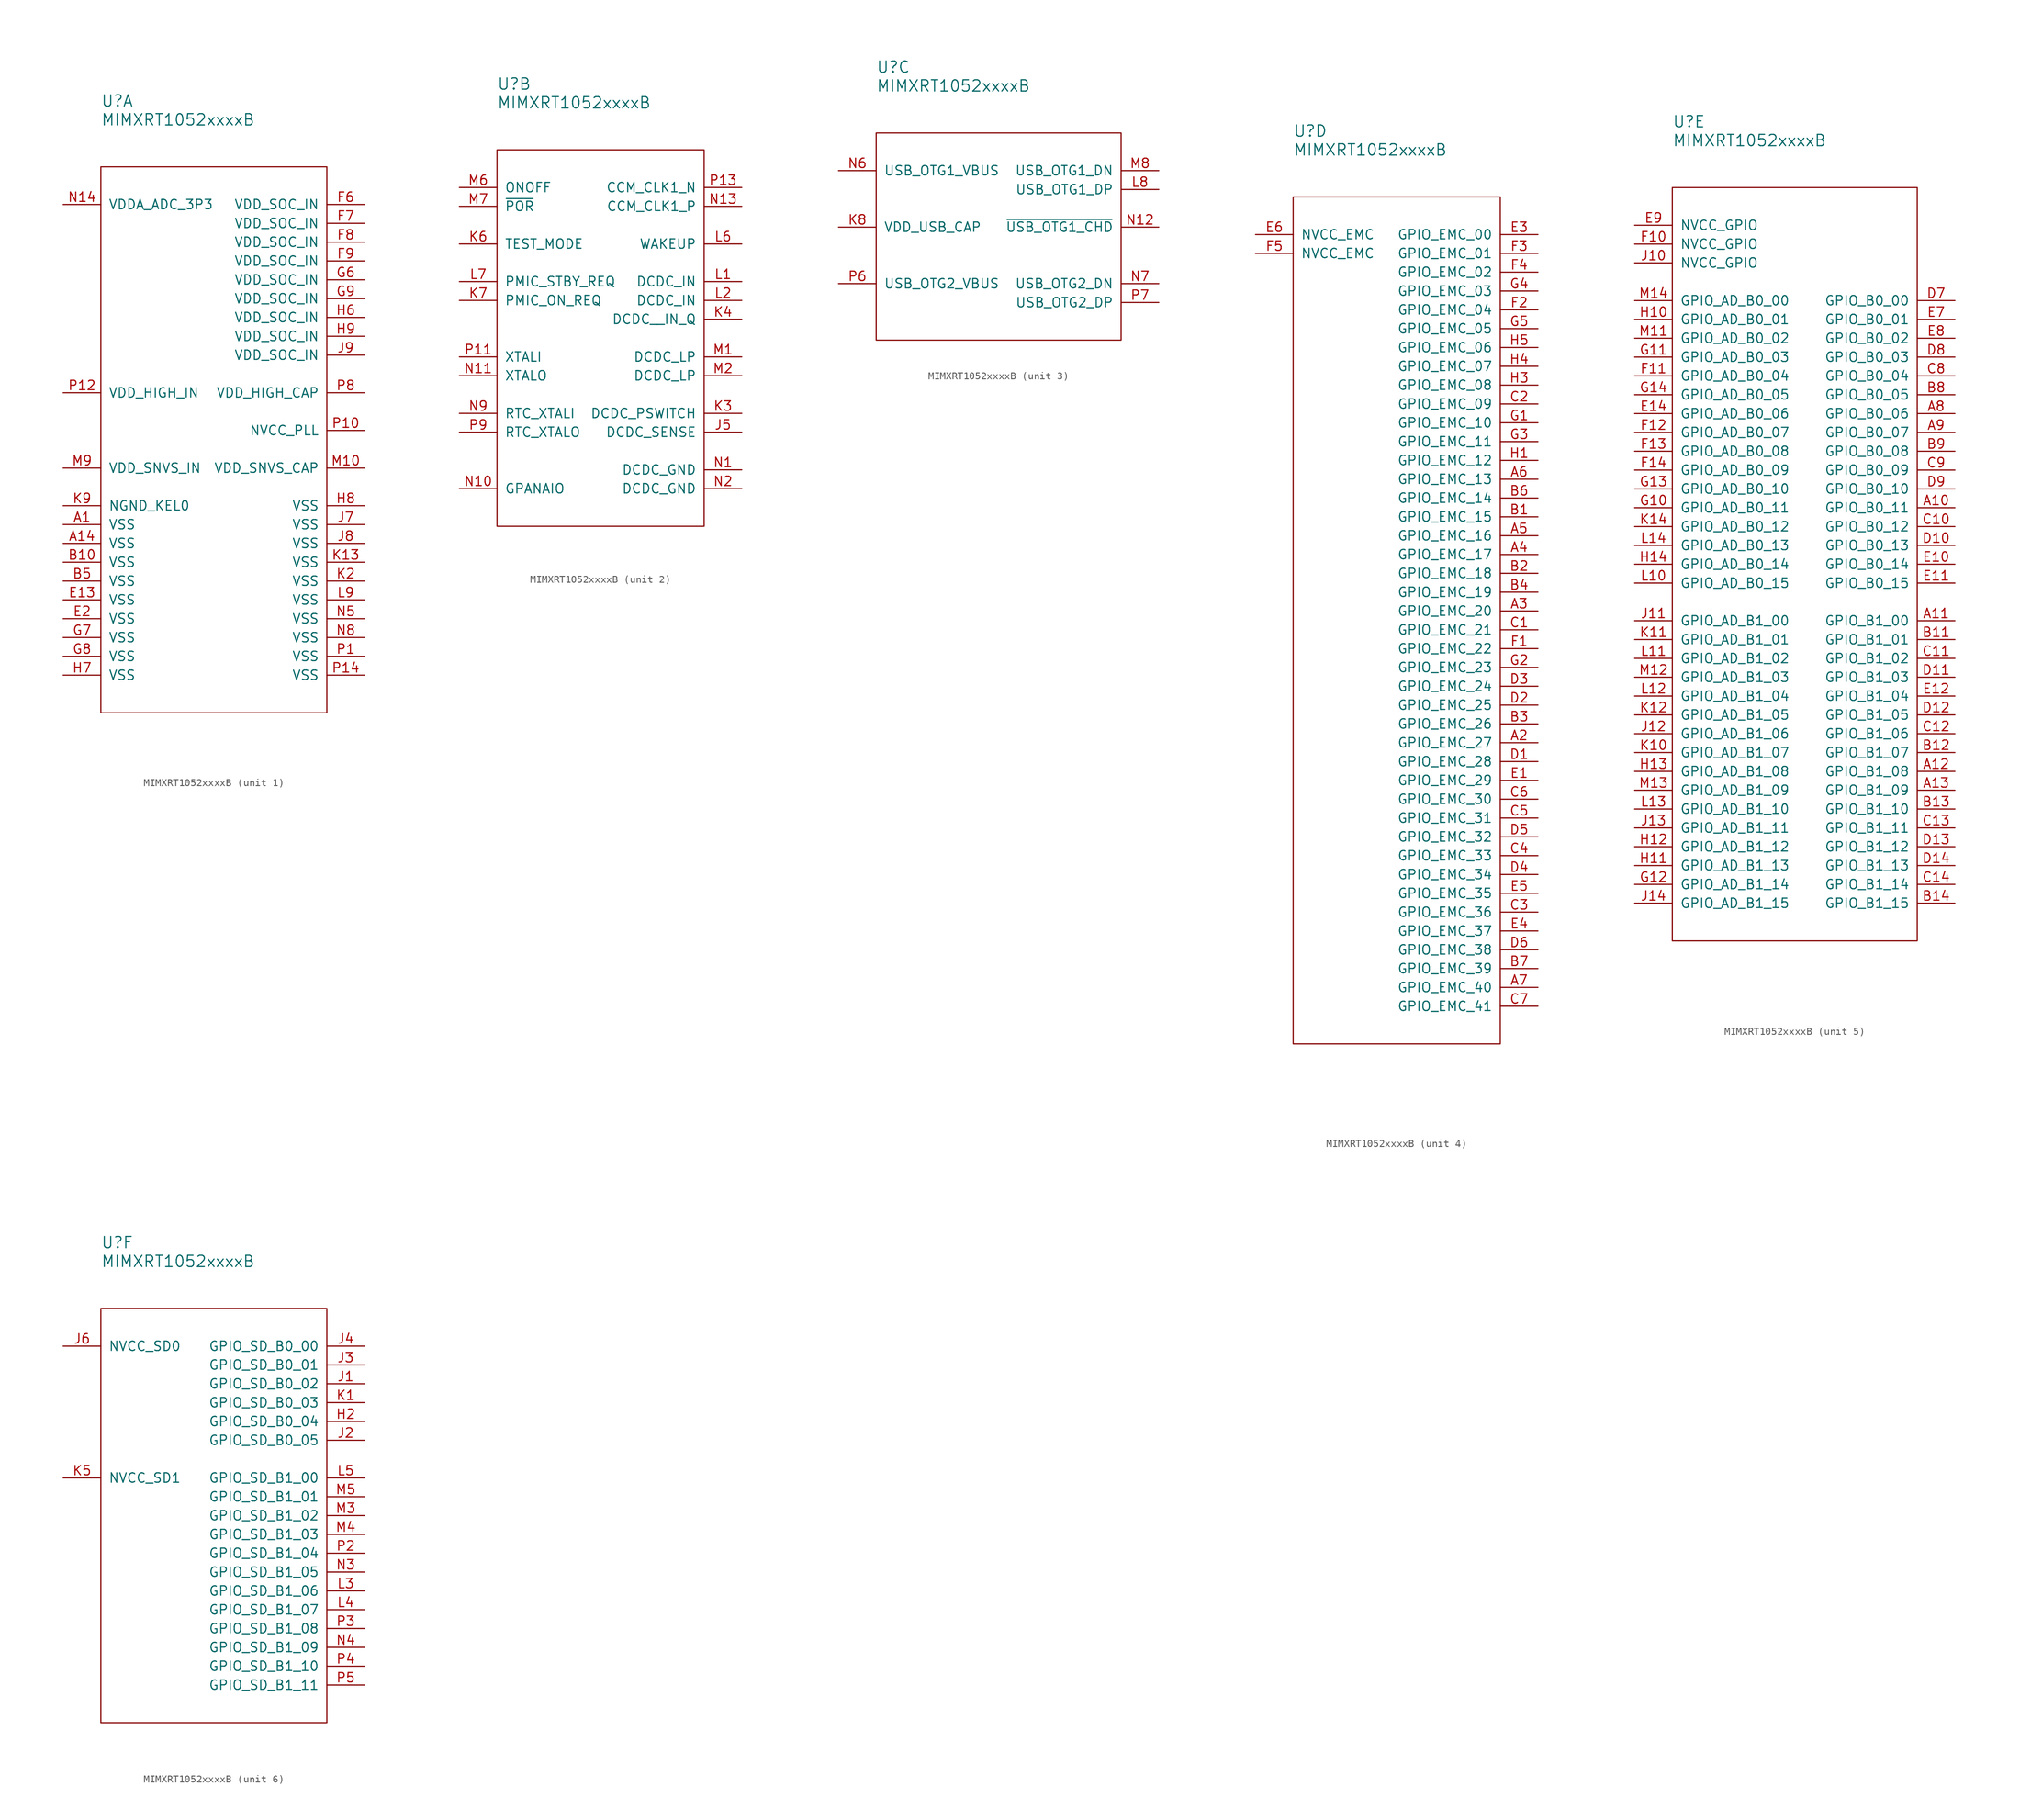
<source format=kicad_sym>
(kicad_symbol_lib
  (version 20211014)
  (generator kicad_symbol_editor)
  (symbol "MIMXRT1052xxxxB"
    (pin_names
      (offset 1.016))
    (property "Reference" "U"
      (at 0 8.89 0)
      (effects (font (size 1.524 1.524)) (justify left)))
    (property "Value" "MIMXRT1052xxxxB"
      (at 0 6.35 0)
      (effects (font (size 1.524 1.524)) (justify left)))
    (property "ki_locked" ""
      (at 0 0 0)
      (effects (font (size 1.27 1.27))))
    (symbol "MIMXRT1052xxxxB_1_1"
      (rectangle (start 0 0) (end 30.48 -73.66) (stroke (width 0.152) (type default) (color 0 0 0 0)) (fill (type none)))
      (pin passive line (at -5.08 -48.26 0) (length 5.08) (name "VSS" (effects (font (size 1.27 1.27)))) (number "A1" (effects (font (size 1.27 1.27)))))
      (pin passive line (at -5.08 -50.8 0) (length 5.08) (name "VSS" (effects (font (size 1.27 1.27)))) (number "A14" (effects (font (size 1.27 1.27)))))
      (pin passive line (at -5.08 -53.34 0) (length 5.08) (name "VSS" (effects (font (size 1.27 1.27)))) (number "B10" (effects (font (size 1.27 1.27)))))
      (pin passive line (at -5.08 -55.88 0) (length 5.08) (name "VSS" (effects (font (size 1.27 1.27)))) (number "B5" (effects (font (size 1.27 1.27)))))
      (pin passive line (at -5.08 -58.42 0) (length 5.08) (name "VSS" (effects (font (size 1.27 1.27)))) (number "E13" (effects (font (size 1.27 1.27)))))
      (pin passive line (at -5.08 -60.96 0) (length 5.08) (name "VSS" (effects (font (size 1.27 1.27)))) (number "E2" (effects (font (size 1.27 1.27)))))
      (pin passive line (at 35.56 -5.08 180) (length 5.08) (name "VDD_SOC_IN" (effects (font (size 1.27 1.27)))) (number "F6" (effects (font (size 1.27 1.27)))))
      (pin passive line (at 35.56 -7.62 180) (length 5.08) (name "VDD_SOC_IN" (effects (font (size 1.27 1.27)))) (number "F7" (effects (font (size 1.27 1.27)))))
      (pin passive line (at 35.56 -10.16 180) (length 5.08) (name "VDD_SOC_IN" (effects (font (size 1.27 1.27)))) (number "F8" (effects (font (size 1.27 1.27)))))
      (pin passive line (at 35.56 -12.7 180) (length 5.08) (name "VDD_SOC_IN" (effects (font (size 1.27 1.27)))) (number "F9" (effects (font (size 1.27 1.27)))))
      (pin passive line (at 35.56 -15.24 180) (length 5.08) (name "VDD_SOC_IN" (effects (font (size 1.27 1.27)))) (number "G6" (effects (font (size 1.27 1.27)))))
      (pin passive line (at -5.08 -63.5 0) (length 5.08) (name "VSS" (effects (font (size 1.27 1.27)))) (number "G7" (effects (font (size 1.27 1.27)))))
      (pin passive line (at -5.08 -66.04 0) (length 5.08) (name "VSS" (effects (font (size 1.27 1.27)))) (number "G8" (effects (font (size 1.27 1.27)))))
      (pin passive line (at 35.56 -17.78 180) (length 5.08) (name "VDD_SOC_IN" (effects (font (size 1.27 1.27)))) (number "G9" (effects (font (size 1.27 1.27)))))
      (pin passive line (at 35.56 -20.32 180) (length 5.08) (name "VDD_SOC_IN" (effects (font (size 1.27 1.27)))) (number "H6" (effects (font (size 1.27 1.27)))))
      (pin passive line (at -5.08 -68.58 0) (length 5.08) (name "VSS" (effects (font (size 1.27 1.27)))) (number "H7" (effects (font (size 1.27 1.27)))))
      (pin passive line (at 35.56 -45.72 180) (length 5.08) (name "VSS" (effects (font (size 1.27 1.27)))) (number "H8" (effects (font (size 1.27 1.27)))))
      (pin passive line (at 35.56 -22.86 180) (length 5.08) (name "VDD_SOC_IN" (effects (font (size 1.27 1.27)))) (number "H9" (effects (font (size 1.27 1.27)))))
      (pin passive line (at 35.56 -48.26 180) (length 5.08) (name "VSS" (effects (font (size 1.27 1.27)))) (number "J7" (effects (font (size 1.27 1.27)))))
      (pin passive line (at 35.56 -50.8 180) (length 5.08) (name "VSS" (effects (font (size 1.27 1.27)))) (number "J8" (effects (font (size 1.27 1.27)))))
      (pin passive line (at 35.56 -25.4 180) (length 5.08) (name "VDD_SOC_IN" (effects (font (size 1.27 1.27)))) (number "J9" (effects (font (size 1.27 1.27)))))
      (pin passive line (at 35.56 -53.34 180) (length 5.08) (name "VSS" (effects (font (size 1.27 1.27)))) (number "K13" (effects (font (size 1.27 1.27)))))
      (pin passive line (at 35.56 -55.88 180) (length 5.08) (name "VSS" (effects (font (size 1.27 1.27)))) (number "K2" (effects (font (size 1.27 1.27)))))
      (pin passive line (at -5.08 -45.72 0) (length 5.08) (name "NGND_KEL0" (effects (font (size 1.27 1.27)))) (number "K9" (effects (font (size 1.27 1.27)))))
      (pin passive line (at 35.56 -58.42 180) (length 5.08) (name "VSS" (effects (font (size 1.27 1.27)))) (number "L9" (effects (font (size 1.27 1.27)))))
      (pin passive line (at 35.56 -40.64 180) (length 5.08) (name "VDD_SNVS_CAP" (effects (font (size 1.27 1.27)))) (number "M10" (effects (font (size 1.27 1.27)))))
      (pin passive line (at -5.08 -40.64 0) (length 5.08) (name "VDD_SNVS_IN" (effects (font (size 1.27 1.27)))) (number "M9" (effects (font (size 1.27 1.27)))))
      (pin passive line (at -5.08 -5.08 0) (length 5.08) (name "VDDA_ADC_3P3" (effects (font (size 1.27 1.27)))) (number "N14" (effects (font (size 1.27 1.27)))))
      (pin passive line (at 35.56 -60.96 180) (length 5.08) (name "VSS" (effects (font (size 1.27 1.27)))) (number "N5" (effects (font (size 1.27 1.27)))))
      (pin passive line (at 35.56 -63.5 180) (length 5.08) (name "VSS" (effects (font (size 1.27 1.27)))) (number "N8" (effects (font (size 1.27 1.27)))))
      (pin passive line (at 35.56 -66.04 180) (length 5.08) (name "VSS" (effects (font (size 1.27 1.27)))) (number "P1" (effects (font (size 1.27 1.27)))))
      (pin passive line (at 35.56 -35.56 180) (length 5.08) (name "NVCC_PLL" (effects (font (size 1.27 1.27)))) (number "P10" (effects (font (size 1.27 1.27)))))
      (pin passive line (at -5.08 -30.48 0) (length 5.08) (name "VDD_HIGH_IN" (effects (font (size 1.27 1.27)))) (number "P12" (effects (font (size 1.27 1.27)))))
      (pin passive line (at 35.56 -68.58 180) (length 5.08) (name "VSS" (effects (font (size 1.27 1.27)))) (number "P14" (effects (font (size 1.27 1.27)))))
      (pin passive line (at 35.56 -30.48 180) (length 5.08) (name "VDD_HIGH_CAP" (effects (font (size 1.27 1.27)))) (number "P8" (effects (font (size 1.27 1.27))))))
    (symbol "MIMXRT1052xxxxB_2_1"
      (rectangle (start 0 0) (end 27.94 -50.8) (stroke (width 0.152) (type default) (color 0 0 0 0)) (fill (type none)))
      (pin passive line (at 33.02 -38.1 180) (length 5.08) (name "DCDC_SENSE" (effects (font (size 1.27 1.27)))) (number "J5" (effects (font (size 1.27 1.27)))))
      (pin passive line (at 33.02 -35.56 180) (length 5.08) (name "DCDC_PSWITCH" (effects (font (size 1.27 1.27)))) (number "K3" (effects (font (size 1.27 1.27)))))
      (pin passive line (at 33.02 -22.86 180) (length 5.08) (name "DCDC__IN_Q" (effects (font (size 1.27 1.27)))) (number "K4" (effects (font (size 1.27 1.27)))))
      (pin passive line (at -5.08 -12.7 0) (length 5.08) (name "TEST_MODE" (effects (font (size 1.27 1.27)))) (number "K6" (effects (font (size 1.27 1.27)))))
      (pin passive line (at -5.08 -20.32 0) (length 5.08) (name "PMIC_ON_REQ" (effects (font (size 1.27 1.27)))) (number "K7" (effects (font (size 1.27 1.27)))))
      (pin passive line (at 33.02 -17.78 180) (length 5.08) (name "DCDC_IN" (effects (font (size 1.27 1.27)))) (number "L1" (effects (font (size 1.27 1.27)))))
      (pin passive line (at 33.02 -20.32 180) (length 5.08) (name "DCDC_IN" (effects (font (size 1.27 1.27)))) (number "L2" (effects (font (size 1.27 1.27)))))
      (pin passive line (at 33.02 -12.7 180) (length 5.08) (name "WAKEUP" (effects (font (size 1.27 1.27)))) (number "L6" (effects (font (size 1.27 1.27)))))
      (pin passive line (at -5.08 -17.78 0) (length 5.08) (name "PMIC_STBY_REQ" (effects (font (size 1.27 1.27)))) (number "L7" (effects (font (size 1.27 1.27)))))
      (pin passive line (at 33.02 -27.94 180) (length 5.08) (name "DCDC_LP" (effects (font (size 1.27 1.27)))) (number "M1" (effects (font (size 1.27 1.27)))))
      (pin passive line (at 33.02 -30.48 180) (length 5.08) (name "DCDC_LP" (effects (font (size 1.27 1.27)))) (number "M2" (effects (font (size 1.27 1.27)))))
      (pin passive line (at -5.08 -5.08 0) (length 5.08) (name "ONOFF" (effects (font (size 1.27 1.27)))) (number "M6" (effects (font (size 1.27 1.27)))))
      (pin passive line (at -5.08 -7.62 0) (length 5.08) (name "~{POR}" (effects (font (size 1.27 1.27)))) (number "M7" (effects (font (size 1.27 1.27)))))
      (pin passive line (at 33.02 -43.18 180) (length 5.08) (name "DCDC_GND" (effects (font (size 1.27 1.27)))) (number "N1" (effects (font (size 1.27 1.27)))))
      (pin passive line (at -5.08 -45.72 0) (length 5.08) (name "GPANAIO" (effects (font (size 1.27 1.27)))) (number "N10" (effects (font (size 1.27 1.27)))))
      (pin passive line (at -5.08 -30.48 0) (length 5.08) (name "XTALO" (effects (font (size 1.27 1.27)))) (number "N11" (effects (font (size 1.27 1.27)))))
      (pin passive line (at 33.02 -7.62 180) (length 5.08) (name "CCM_CLK1_P" (effects (font (size 1.27 1.27)))) (number "N13" (effects (font (size 1.27 1.27)))))
      (pin passive line (at 33.02 -45.72 180) (length 5.08) (name "DCDC_GND" (effects (font (size 1.27 1.27)))) (number "N2" (effects (font (size 1.27 1.27)))))
      (pin passive line (at -5.08 -35.56 0) (length 5.08) (name "RTC_XTALI" (effects (font (size 1.27 1.27)))) (number "N9" (effects (font (size 1.27 1.27)))))
      (pin passive line (at -5.08 -27.94 0) (length 5.08) (name "XTALI" (effects (font (size 1.27 1.27)))) (number "P11" (effects (font (size 1.27 1.27)))))
      (pin passive line (at 33.02 -5.08 180) (length 5.08) (name "CCM_CLK1_N" (effects (font (size 1.27 1.27)))) (number "P13" (effects (font (size 1.27 1.27)))))
      (pin passive line (at -5.08 -38.1 0) (length 5.08) (name "RTC_XTALO" (effects (font (size 1.27 1.27)))) (number "P9" (effects (font (size 1.27 1.27))))))
    (symbol "MIMXRT1052xxxxB_3_1"
      (rectangle (start 0 0) (end 33.02 -27.94) (stroke (width 0.152) (type default) (color 0 0 0 0)) (fill (type none)))
      (pin passive line (at -5.08 -12.7 0) (length 5.08) (name "VDD_USB_CAP" (effects (font (size 1.27 1.27)))) (number "K8" (effects (font (size 1.27 1.27)))))
      (pin passive line (at 38.1 -7.62 180) (length 5.08) (name "USB_OTG1_DP" (effects (font (size 1.27 1.27)))) (number "L8" (effects (font (size 1.27 1.27)))))
      (pin passive line (at 38.1 -5.08 180) (length 5.08) (name "USB_OTG1_DN" (effects (font (size 1.27 1.27)))) (number "M8" (effects (font (size 1.27 1.27)))))
      (pin passive line (at 38.1 -12.7 180) (length 5.08) (name "~{USB_OTG1_CHD}" (effects (font (size 1.27 1.27)))) (number "N12" (effects (font (size 1.27 1.27)))))
      (pin passive line (at -5.08 -5.08 0) (length 5.08) (name "USB_OTG1_VBUS" (effects (font (size 1.27 1.27)))) (number "N6" (effects (font (size 1.27 1.27)))))
      (pin passive line (at 38.1 -20.32 180) (length 5.08) (name "USB_OTG2_DN" (effects (font (size 1.27 1.27)))) (number "N7" (effects (font (size 1.27 1.27)))))
      (pin passive line (at -5.08 -20.32 0) (length 5.08) (name "USB_OTG2_VBUS" (effects (font (size 1.27 1.27)))) (number "P6" (effects (font (size 1.27 1.27)))))
      (pin passive line (at 38.1 -22.86 180) (length 5.08) (name "USB_OTG2_DP" (effects (font (size 1.27 1.27)))) (number "P7" (effects (font (size 1.27 1.27))))))
    (symbol "MIMXRT1052xxxxB_4_1"
      (rectangle (start 0 0) (end 27.94 -114.3) (stroke (width 0.152) (type default) (color 0 0 0 0)) (fill (type none)))
      (pin passive line (at 33.02 -73.66 180) (length 5.08) (name "GPIO_EMC_27" (effects (font (size 1.27 1.27)))) (number "A2" (effects (font (size 1.27 1.27)))))
      (pin passive line (at 33.02 -55.88 180) (length 5.08) (name "GPIO_EMC_20" (effects (font (size 1.27 1.27)))) (number "A3" (effects (font (size 1.27 1.27)))))
      (pin passive line (at 33.02 -48.26 180) (length 5.08) (name "GPIO_EMC_17" (effects (font (size 1.27 1.27)))) (number "A4" (effects (font (size 1.27 1.27)))))
      (pin passive line (at 33.02 -45.72 180) (length 5.08) (name "GPIO_EMC_16" (effects (font (size 1.27 1.27)))) (number "A5" (effects (font (size 1.27 1.27)))))
      (pin passive line (at 33.02 -38.1 180) (length 5.08) (name "GPIO_EMC_13" (effects (font (size 1.27 1.27)))) (number "A6" (effects (font (size 1.27 1.27)))))
      (pin passive line (at 33.02 -106.68 180) (length 5.08) (name "GPIO_EMC_40" (effects (font (size 1.27 1.27)))) (number "A7" (effects (font (size 1.27 1.27)))))
      (pin passive line (at 33.02 -43.18 180) (length 5.08) (name "GPIO_EMC_15" (effects (font (size 1.27 1.27)))) (number "B1" (effects (font (size 1.27 1.27)))))
      (pin passive line (at 33.02 -50.8 180) (length 5.08) (name "GPIO_EMC_18" (effects (font (size 1.27 1.27)))) (number "B2" (effects (font (size 1.27 1.27)))))
      (pin passive line (at 33.02 -71.12 180) (length 5.08) (name "GPIO_EMC_26" (effects (font (size 1.27 1.27)))) (number "B3" (effects (font (size 1.27 1.27)))))
      (pin passive line (at 33.02 -53.34 180) (length 5.08) (name "GPIO_EMC_19" (effects (font (size 1.27 1.27)))) (number "B4" (effects (font (size 1.27 1.27)))))
      (pin passive line (at 33.02 -40.64 180) (length 5.08) (name "GPIO_EMC_14" (effects (font (size 1.27 1.27)))) (number "B6" (effects (font (size 1.27 1.27)))))
      (pin passive line (at 33.02 -104.14 180) (length 5.08) (name "GPIO_EMC_39" (effects (font (size 1.27 1.27)))) (number "B7" (effects (font (size 1.27 1.27)))))
      (pin passive line (at 33.02 -58.42 180) (length 5.08) (name "GPIO_EMC_21" (effects (font (size 1.27 1.27)))) (number "C1" (effects (font (size 1.27 1.27)))))
      (pin passive line (at 33.02 -27.94 180) (length 5.08) (name "GPIO_EMC_09" (effects (font (size 1.27 1.27)))) (number "C2" (effects (font (size 1.27 1.27)))))
      (pin passive line (at 33.02 -96.52 180) (length 5.08) (name "GPIO_EMC_36" (effects (font (size 1.27 1.27)))) (number "C3" (effects (font (size 1.27 1.27)))))
      (pin passive line (at 33.02 -88.9 180) (length 5.08) (name "GPIO_EMC_33" (effects (font (size 1.27 1.27)))) (number "C4" (effects (font (size 1.27 1.27)))))
      (pin passive line (at 33.02 -83.82 180) (length 5.08) (name "GPIO_EMC_31" (effects (font (size 1.27 1.27)))) (number "C5" (effects (font (size 1.27 1.27)))))
      (pin passive line (at 33.02 -81.28 180) (length 5.08) (name "GPIO_EMC_30" (effects (font (size 1.27 1.27)))) (number "C6" (effects (font (size 1.27 1.27)))))
      (pin passive line (at 33.02 -109.22 180) (length 5.08) (name "GPIO_EMC_41" (effects (font (size 1.27 1.27)))) (number "C7" (effects (font (size 1.27 1.27)))))
      (pin passive line (at 33.02 -76.2 180) (length 5.08) (name "GPIO_EMC_28" (effects (font (size 1.27 1.27)))) (number "D1" (effects (font (size 1.27 1.27)))))
      (pin passive line (at 33.02 -68.58 180) (length 5.08) (name "GPIO_EMC_25" (effects (font (size 1.27 1.27)))) (number "D2" (effects (font (size 1.27 1.27)))))
      (pin passive line (at 33.02 -66.04 180) (length 5.08) (name "GPIO_EMC_24" (effects (font (size 1.27 1.27)))) (number "D3" (effects (font (size 1.27 1.27)))))
      (pin passive line (at 33.02 -91.44 180) (length 5.08) (name "GPIO_EMC_34" (effects (font (size 1.27 1.27)))) (number "D4" (effects (font (size 1.27 1.27)))))
      (pin passive line (at 33.02 -86.36 180) (length 5.08) (name "GPIO_EMC_32" (effects (font (size 1.27 1.27)))) (number "D5" (effects (font (size 1.27 1.27)))))
      (pin passive line (at 33.02 -101.6 180) (length 5.08) (name "GPIO_EMC_38" (effects (font (size 1.27 1.27)))) (number "D6" (effects (font (size 1.27 1.27)))))
      (pin passive line (at 33.02 -78.74 180) (length 5.08) (name "GPIO_EMC_29" (effects (font (size 1.27 1.27)))) (number "E1" (effects (font (size 1.27 1.27)))))
      (pin passive line (at 33.02 -5.08 180) (length 5.08) (name "GPIO_EMC_00" (effects (font (size 1.27 1.27)))) (number "E3" (effects (font (size 1.27 1.27)))))
      (pin passive line (at 33.02 -99.06 180) (length 5.08) (name "GPIO_EMC_37" (effects (font (size 1.27 1.27)))) (number "E4" (effects (font (size 1.27 1.27)))))
      (pin passive line (at 33.02 -93.98 180) (length 5.08) (name "GPIO_EMC_35" (effects (font (size 1.27 1.27)))) (number "E5" (effects (font (size 1.27 1.27)))))
      (pin passive line (at -5.08 -5.08 0) (length 5.08) (name "NVCC_EMC" (effects (font (size 1.27 1.27)))) (number "E6" (effects (font (size 1.27 1.27)))))
      (pin passive line (at 33.02 -60.96 180) (length 5.08) (name "GPIO_EMC_22" (effects (font (size 1.27 1.27)))) (number "F1" (effects (font (size 1.27 1.27)))))
      (pin passive line (at 33.02 -15.24 180) (length 5.08) (name "GPIO_EMC_04" (effects (font (size 1.27 1.27)))) (number "F2" (effects (font (size 1.27 1.27)))))
      (pin passive line (at 33.02 -7.62 180) (length 5.08) (name "GPIO_EMC_01" (effects (font (size 1.27 1.27)))) (number "F3" (effects (font (size 1.27 1.27)))))
      (pin passive line (at 33.02 -10.16 180) (length 5.08) (name "GPIO_EMC_02" (effects (font (size 1.27 1.27)))) (number "F4" (effects (font (size 1.27 1.27)))))
      (pin passive line (at -5.08 -7.62 0) (length 5.08) (name "NVCC_EMC" (effects (font (size 1.27 1.27)))) (number "F5" (effects (font (size 1.27 1.27)))))
      (pin passive line (at 33.02 -30.48 180) (length 5.08) (name "GPIO_EMC_10" (effects (font (size 1.27 1.27)))) (number "G1" (effects (font (size 1.27 1.27)))))
      (pin passive line (at 33.02 -63.5 180) (length 5.08) (name "GPIO_EMC_23" (effects (font (size 1.27 1.27)))) (number "G2" (effects (font (size 1.27 1.27)))))
      (pin passive line (at 33.02 -33.02 180) (length 5.08) (name "GPIO_EMC_11" (effects (font (size 1.27 1.27)))) (number "G3" (effects (font (size 1.27 1.27)))))
      (pin passive line (at 33.02 -12.7 180) (length 5.08) (name "GPIO_EMC_03" (effects (font (size 1.27 1.27)))) (number "G4" (effects (font (size 1.27 1.27)))))
      (pin passive line (at 33.02 -17.78 180) (length 5.08) (name "GPIO_EMC_05" (effects (font (size 1.27 1.27)))) (number "G5" (effects (font (size 1.27 1.27)))))
      (pin passive line (at 33.02 -35.56 180) (length 5.08) (name "GPIO_EMC_12" (effects (font (size 1.27 1.27)))) (number "H1" (effects (font (size 1.27 1.27)))))
      (pin passive line (at 33.02 -25.4 180) (length 5.08) (name "GPIO_EMC_08" (effects (font (size 1.27 1.27)))) (number "H3" (effects (font (size 1.27 1.27)))))
      (pin passive line (at 33.02 -22.86 180) (length 5.08) (name "GPIO_EMC_07" (effects (font (size 1.27 1.27)))) (number "H4" (effects (font (size 1.27 1.27)))))
      (pin passive line (at 33.02 -20.32 180) (length 5.08) (name "GPIO_EMC_06" (effects (font (size 1.27 1.27)))) (number "H5" (effects (font (size 1.27 1.27))))))
    (symbol "MIMXRT1052xxxxB_5_1"
      (rectangle (start 0 0) (end 33.02 -101.6) (stroke (width 0.152) (type default) (color 0 0 0 0)) (fill (type none)))
      (pin passive line (at 38.1 -43.18 180) (length 5.08) (name "GPIO_B0_11" (effects (font (size 1.27 1.27)))) (number "A10" (effects (font (size 1.27 1.27)))))
      (pin passive line (at 38.1 -58.42 180) (length 5.08) (name "GPIO_B1_00" (effects (font (size 1.27 1.27)))) (number "A11" (effects (font (size 1.27 1.27)))))
      (pin passive line (at 38.1 -78.74 180) (length 5.08) (name "GPIO_B1_08" (effects (font (size 1.27 1.27)))) (number "A12" (effects (font (size 1.27 1.27)))))
      (pin passive line (at 38.1 -81.28 180) (length 5.08) (name "GPIO_B1_09" (effects (font (size 1.27 1.27)))) (number "A13" (effects (font (size 1.27 1.27)))))
      (pin passive line (at 38.1 -30.48 180) (length 5.08) (name "GPIO_B0_06" (effects (font (size 1.27 1.27)))) (number "A8" (effects (font (size 1.27 1.27)))))
      (pin passive line (at 38.1 -33.02 180) (length 5.08) (name "GPIO_B0_07" (effects (font (size 1.27 1.27)))) (number "A9" (effects (font (size 1.27 1.27)))))
      (pin passive line (at 38.1 -60.96 180) (length 5.08) (name "GPIO_B1_01" (effects (font (size 1.27 1.27)))) (number "B11" (effects (font (size 1.27 1.27)))))
      (pin passive line (at 38.1 -76.2 180) (length 5.08) (name "GPIO_B1_07" (effects (font (size 1.27 1.27)))) (number "B12" (effects (font (size 1.27 1.27)))))
      (pin passive line (at 38.1 -83.82 180) (length 5.08) (name "GPIO_B1_10" (effects (font (size 1.27 1.27)))) (number "B13" (effects (font (size 1.27 1.27)))))
      (pin passive line (at 38.1 -96.52 180) (length 5.08) (name "GPIO_B1_15" (effects (font (size 1.27 1.27)))) (number "B14" (effects (font (size 1.27 1.27)))))
      (pin passive line (at 38.1 -27.94 180) (length 5.08) (name "GPIO_B0_05" (effects (font (size 1.27 1.27)))) (number "B8" (effects (font (size 1.27 1.27)))))
      (pin passive line (at 38.1 -35.56 180) (length 5.08) (name "GPIO_B0_08" (effects (font (size 1.27 1.27)))) (number "B9" (effects (font (size 1.27 1.27)))))
      (pin passive line (at 38.1 -45.72 180) (length 5.08) (name "GPIO_B0_12" (effects (font (size 1.27 1.27)))) (number "C10" (effects (font (size 1.27 1.27)))))
      (pin passive line (at 38.1 -63.5 180) (length 5.08) (name "GPIO_B1_02" (effects (font (size 1.27 1.27)))) (number "C11" (effects (font (size 1.27 1.27)))))
      (pin passive line (at 38.1 -73.66 180) (length 5.08) (name "GPIO_B1_06" (effects (font (size 1.27 1.27)))) (number "C12" (effects (font (size 1.27 1.27)))))
      (pin passive line (at 38.1 -86.36 180) (length 5.08) (name "GPIO_B1_11" (effects (font (size 1.27 1.27)))) (number "C13" (effects (font (size 1.27 1.27)))))
      (pin passive line (at 38.1 -93.98 180) (length 5.08) (name "GPIO_B1_14" (effects (font (size 1.27 1.27)))) (number "C14" (effects (font (size 1.27 1.27)))))
      (pin passive line (at 38.1 -25.4 180) (length 5.08) (name "GPIO_B0_04" (effects (font (size 1.27 1.27)))) (number "C8" (effects (font (size 1.27 1.27)))))
      (pin passive line (at 38.1 -38.1 180) (length 5.08) (name "GPIO_B0_09" (effects (font (size 1.27 1.27)))) (number "C9" (effects (font (size 1.27 1.27)))))
      (pin passive line (at 38.1 -48.26 180) (length 5.08) (name "GPIO_B0_13" (effects (font (size 1.27 1.27)))) (number "D10" (effects (font (size 1.27 1.27)))))
      (pin passive line (at 38.1 -66.04 180) (length 5.08) (name "GPIO_B1_03" (effects (font (size 1.27 1.27)))) (number "D11" (effects (font (size 1.27 1.27)))))
      (pin passive line (at 38.1 -71.12 180) (length 5.08) (name "GPIO_B1_05" (effects (font (size 1.27 1.27)))) (number "D12" (effects (font (size 1.27 1.27)))))
      (pin passive line (at 38.1 -88.9 180) (length 5.08) (name "GPIO_B1_12" (effects (font (size 1.27 1.27)))) (number "D13" (effects (font (size 1.27 1.27)))))
      (pin passive line (at 38.1 -91.44 180) (length 5.08) (name "GPIO_B1_13" (effects (font (size 1.27 1.27)))) (number "D14" (effects (font (size 1.27 1.27)))))
      (pin passive line (at 38.1 -15.24 180) (length 5.08) (name "GPIO_B0_00" (effects (font (size 1.27 1.27)))) (number "D7" (effects (font (size 1.27 1.27)))))
      (pin passive line (at 38.1 -22.86 180) (length 5.08) (name "GPIO_B0_03" (effects (font (size 1.27 1.27)))) (number "D8" (effects (font (size 1.27 1.27)))))
      (pin passive line (at 38.1 -40.64 180) (length 5.08) (name "GPIO_B0_10" (effects (font (size 1.27 1.27)))) (number "D9" (effects (font (size 1.27 1.27)))))
      (pin passive line (at 38.1 -50.8 180) (length 5.08) (name "GPIO_B0_14" (effects (font (size 1.27 1.27)))) (number "E10" (effects (font (size 1.27 1.27)))))
      (pin passive line (at 38.1 -53.34 180) (length 5.08) (name "GPIO_B0_15" (effects (font (size 1.27 1.27)))) (number "E11" (effects (font (size 1.27 1.27)))))
      (pin passive line (at 38.1 -68.58 180) (length 5.08) (name "GPIO_B1_04" (effects (font (size 1.27 1.27)))) (number "E12" (effects (font (size 1.27 1.27)))))
      (pin passive line (at -5.08 -30.48 0) (length 5.08) (name "GPIO_AD_B0_06" (effects (font (size 1.27 1.27)))) (number "E14" (effects (font (size 1.27 1.27)))))
      (pin passive line (at 38.1 -17.78 180) (length 5.08) (name "GPIO_B0_01" (effects (font (size 1.27 1.27)))) (number "E7" (effects (font (size 1.27 1.27)))))
      (pin passive line (at 38.1 -20.32 180) (length 5.08) (name "GPIO_B0_02" (effects (font (size 1.27 1.27)))) (number "E8" (effects (font (size 1.27 1.27)))))
      (pin passive line (at -5.08 -5.08 0) (length 5.08) (name "NVCC_GPIO" (effects (font (size 1.27 1.27)))) (number "E9" (effects (font (size 1.27 1.27)))))
      (pin passive line (at -5.08 -7.62 0) (length 5.08) (name "NVCC_GPIO" (effects (font (size 1.27 1.27)))) (number "F10" (effects (font (size 1.27 1.27)))))
      (pin passive line (at -5.08 -25.4 0) (length 5.08) (name "GPIO_AD_B0_04" (effects (font (size 1.27 1.27)))) (number "F11" (effects (font (size 1.27 1.27)))))
      (pin passive line (at -5.08 -33.02 0) (length 5.08) (name "GPIO_AD_B0_07" (effects (font (size 1.27 1.27)))) (number "F12" (effects (font (size 1.27 1.27)))))
      (pin passive line (at -5.08 -35.56 0) (length 5.08) (name "GPIO_AD_B0_08" (effects (font (size 1.27 1.27)))) (number "F13" (effects (font (size 1.27 1.27)))))
      (pin passive line (at -5.08 -38.1 0) (length 5.08) (name "GPIO_AD_B0_09" (effects (font (size 1.27 1.27)))) (number "F14" (effects (font (size 1.27 1.27)))))
      (pin passive line (at -5.08 -43.18 0) (length 5.08) (name "GPIO_AD_B0_11" (effects (font (size 1.27 1.27)))) (number "G10" (effects (font (size 1.27 1.27)))))
      (pin passive line (at -5.08 -22.86 0) (length 5.08) (name "GPIO_AD_B0_03" (effects (font (size 1.27 1.27)))) (number "G11" (effects (font (size 1.27 1.27)))))
      (pin passive line (at -5.08 -93.98 0) (length 5.08) (name "GPIO_AD_B1_14" (effects (font (size 1.27 1.27)))) (number "G12" (effects (font (size 1.27 1.27)))))
      (pin passive line (at -5.08 -40.64 0) (length 5.08) (name "GPIO_AD_B0_10" (effects (font (size 1.27 1.27)))) (number "G13" (effects (font (size 1.27 1.27)))))
      (pin passive line (at -5.08 -27.94 0) (length 5.08) (name "GPIO_AD_B0_05" (effects (font (size 1.27 1.27)))) (number "G14" (effects (font (size 1.27 1.27)))))
      (pin passive line (at -5.08 -17.78 0) (length 5.08) (name "GPIO_AD_B0_01" (effects (font (size 1.27 1.27)))) (number "H10" (effects (font (size 1.27 1.27)))))
      (pin passive line (at -5.08 -91.44 0) (length 5.08) (name "GPIO_AD_B1_13" (effects (font (size 1.27 1.27)))) (number "H11" (effects (font (size 1.27 1.27)))))
      (pin passive line (at -5.08 -88.9 0) (length 5.08) (name "GPIO_AD_B1_12" (effects (font (size 1.27 1.27)))) (number "H12" (effects (font (size 1.27 1.27)))))
      (pin passive line (at -5.08 -78.74 0) (length 5.08) (name "GPIO_AD_B1_08" (effects (font (size 1.27 1.27)))) (number "H13" (effects (font (size 1.27 1.27)))))
      (pin passive line (at -5.08 -50.8 0) (length 5.08) (name "GPIO_AD_B0_14" (effects (font (size 1.27 1.27)))) (number "H14" (effects (font (size 1.27 1.27)))))
      (pin passive line (at -5.08 -10.16 0) (length 5.08) (name "NVCC_GPIO" (effects (font (size 1.27 1.27)))) (number "J10" (effects (font (size 1.27 1.27)))))
      (pin passive line (at -5.08 -58.42 0) (length 5.08) (name "GPIO_AD_B1_00" (effects (font (size 1.27 1.27)))) (number "J11" (effects (font (size 1.27 1.27)))))
      (pin passive line (at -5.08 -73.66 0) (length 5.08) (name "GPIO_AD_B1_06" (effects (font (size 1.27 1.27)))) (number "J12" (effects (font (size 1.27 1.27)))))
      (pin passive line (at -5.08 -86.36 0) (length 5.08) (name "GPIO_AD_B1_11" (effects (font (size 1.27 1.27)))) (number "J13" (effects (font (size 1.27 1.27)))))
      (pin passive line (at -5.08 -96.52 0) (length 5.08) (name "GPIO_AD_B1_15" (effects (font (size 1.27 1.27)))) (number "J14" (effects (font (size 1.27 1.27)))))
      (pin passive line (at -5.08 -76.2 0) (length 5.08) (name "GPIO_AD_B1_07" (effects (font (size 1.27 1.27)))) (number "K10" (effects (font (size 1.27 1.27)))))
      (pin passive line (at -5.08 -60.96 0) (length 5.08) (name "GPIO_AD_B1_01" (effects (font (size 1.27 1.27)))) (number "K11" (effects (font (size 1.27 1.27)))))
      (pin passive line (at -5.08 -71.12 0) (length 5.08) (name "GPIO_AD_B1_05" (effects (font (size 1.27 1.27)))) (number "K12" (effects (font (size 1.27 1.27)))))
      (pin passive line (at -5.08 -45.72 0) (length 5.08) (name "GPIO_AD_B0_12" (effects (font (size 1.27 1.27)))) (number "K14" (effects (font (size 1.27 1.27)))))
      (pin passive line (at -5.08 -53.34 0) (length 5.08) (name "GPIO_AD_B0_15" (effects (font (size 1.27 1.27)))) (number "L10" (effects (font (size 1.27 1.27)))))
      (pin passive line (at -5.08 -63.5 0) (length 5.08) (name "GPIO_AD_B1_02" (effects (font (size 1.27 1.27)))) (number "L11" (effects (font (size 1.27 1.27)))))
      (pin passive line (at -5.08 -68.58 0) (length 5.08) (name "GPIO_AD_B1_04" (effects (font (size 1.27 1.27)))) (number "L12" (effects (font (size 1.27 1.27)))))
      (pin passive line (at -5.08 -83.82 0) (length 5.08) (name "GPIO_AD_B1_10" (effects (font (size 1.27 1.27)))) (number "L13" (effects (font (size 1.27 1.27)))))
      (pin passive line (at -5.08 -48.26 0) (length 5.08) (name "GPIO_AD_B0_13" (effects (font (size 1.27 1.27)))) (number "L14" (effects (font (size 1.27 1.27)))))
      (pin passive line (at -5.08 -20.32 0) (length 5.08) (name "GPIO_AD_B0_02" (effects (font (size 1.27 1.27)))) (number "M11" (effects (font (size 1.27 1.27)))))
      (pin passive line (at -5.08 -66.04 0) (length 5.08) (name "GPIO_AD_B1_03" (effects (font (size 1.27 1.27)))) (number "M12" (effects (font (size 1.27 1.27)))))
      (pin passive line (at -5.08 -81.28 0) (length 5.08) (name "GPIO_AD_B1_09" (effects (font (size 1.27 1.27)))) (number "M13" (effects (font (size 1.27 1.27)))))
      (pin passive line (at -5.08 -15.24 0) (length 5.08) (name "GPIO_AD_B0_00" (effects (font (size 1.27 1.27)))) (number "M14" (effects (font (size 1.27 1.27))))))
    (symbol "MIMXRT1052xxxxB_6_1"
      (rectangle (start 0 0) (end 30.48 -55.88) (stroke (width 0.152) (type default) (color 0 0 0 0)) (fill (type none)))
      (pin passive line (at 35.56 -15.24 180) (length 5.08) (name "GPIO_SD_B0_04" (effects (font (size 1.27 1.27)))) (number "H2" (effects (font (size 1.27 1.27)))))
      (pin passive line (at 35.56 -10.16 180) (length 5.08) (name "GPIO_SD_B0_02" (effects (font (size 1.27 1.27)))) (number "J1" (effects (font (size 1.27 1.27)))))
      (pin passive line (at 35.56 -17.78 180) (length 5.08) (name "GPIO_SD_B0_05" (effects (font (size 1.27 1.27)))) (number "J2" (effects (font (size 1.27 1.27)))))
      (pin passive line (at 35.56 -7.62 180) (length 5.08) (name "GPIO_SD_B0_01" (effects (font (size 1.27 1.27)))) (number "J3" (effects (font (size 1.27 1.27)))))
      (pin passive line (at 35.56 -5.08 180) (length 5.08) (name "GPIO_SD_B0_00" (effects (font (size 1.27 1.27)))) (number "J4" (effects (font (size 1.27 1.27)))))
      (pin passive line (at -5.08 -5.08 0) (length 5.08) (name "NVCC_SD0" (effects (font (size 1.27 1.27)))) (number "J6" (effects (font (size 1.27 1.27)))))
      (pin passive line (at 35.56 -12.7 180) (length 5.08) (name "GPIO_SD_B0_03" (effects (font (size 1.27 1.27)))) (number "K1" (effects (font (size 1.27 1.27)))))
      (pin passive line (at -5.08 -22.86 0) (length 5.08) (name "NVCC_SD1" (effects (font (size 1.27 1.27)))) (number "K5" (effects (font (size 1.27 1.27)))))
      (pin passive line (at 35.56 -38.1 180) (length 5.08) (name "GPIO_SD_B1_06" (effects (font (size 1.27 1.27)))) (number "L3" (effects (font (size 1.27 1.27)))))
      (pin passive line (at 35.56 -40.64 180) (length 5.08) (name "GPIO_SD_B1_07" (effects (font (size 1.27 1.27)))) (number "L4" (effects (font (size 1.27 1.27)))))
      (pin passive line (at 35.56 -22.86 180) (length 5.08) (name "GPIO_SD_B1_00" (effects (font (size 1.27 1.27)))) (number "L5" (effects (font (size 1.27 1.27)))))
      (pin passive line (at 35.56 -27.94 180) (length 5.08) (name "GPIO_SD_B1_02" (effects (font (size 1.27 1.27)))) (number "M3" (effects (font (size 1.27 1.27)))))
      (pin passive line (at 35.56 -30.48 180) (length 5.08) (name "GPIO_SD_B1_03" (effects (font (size 1.27 1.27)))) (number "M4" (effects (font (size 1.27 1.27)))))
      (pin passive line (at 35.56 -25.4 180) (length 5.08) (name "GPIO_SD_B1_01" (effects (font (size 1.27 1.27)))) (number "M5" (effects (font (size 1.27 1.27)))))
      (pin passive line (at 35.56 -35.56 180) (length 5.08) (name "GPIO_SD_B1_05" (effects (font (size 1.27 1.27)))) (number "N3" (effects (font (size 1.27 1.27)))))
      (pin passive line (at 35.56 -45.72 180) (length 5.08) (name "GPIO_SD_B1_09" (effects (font (size 1.27 1.27)))) (number "N4" (effects (font (size 1.27 1.27)))))
      (pin passive line (at 35.56 -33.02 180) (length 5.08) (name "GPIO_SD_B1_04" (effects (font (size 1.27 1.27)))) (number "P2" (effects (font (size 1.27 1.27)))))
      (pin passive line (at 35.56 -43.18 180) (length 5.08) (name "GPIO_SD_B1_08" (effects (font (size 1.27 1.27)))) (number "P3" (effects (font (size 1.27 1.27)))))
      (pin passive line (at 35.56 -48.26 180) (length 5.08) (name "GPIO_SD_B1_10" (effects (font (size 1.27 1.27)))) (number "P4" (effects (font (size 1.27 1.27)))))
      (pin passive line (at 35.56 -50.8 180) (length 5.08) (name "GPIO_SD_B1_11" (effects (font (size 1.27 1.27)))) (number "P5" (effects (font (size 1.27 1.27))))))))
</source>
